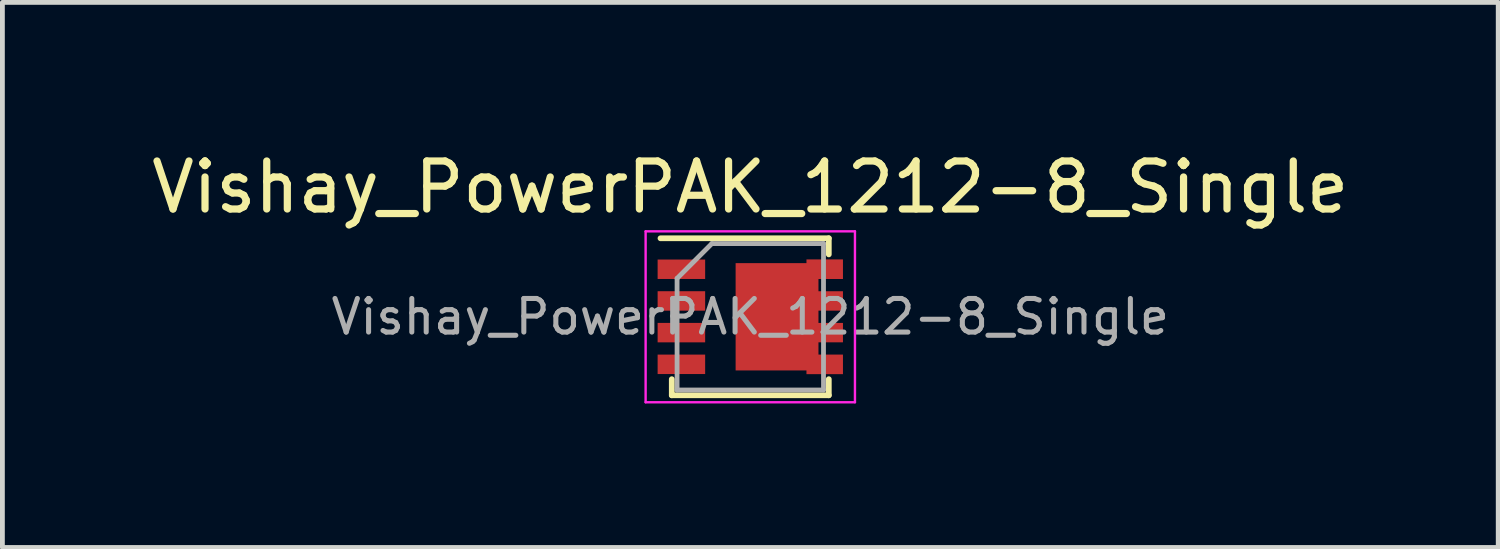
<source format=kicad_pcb>
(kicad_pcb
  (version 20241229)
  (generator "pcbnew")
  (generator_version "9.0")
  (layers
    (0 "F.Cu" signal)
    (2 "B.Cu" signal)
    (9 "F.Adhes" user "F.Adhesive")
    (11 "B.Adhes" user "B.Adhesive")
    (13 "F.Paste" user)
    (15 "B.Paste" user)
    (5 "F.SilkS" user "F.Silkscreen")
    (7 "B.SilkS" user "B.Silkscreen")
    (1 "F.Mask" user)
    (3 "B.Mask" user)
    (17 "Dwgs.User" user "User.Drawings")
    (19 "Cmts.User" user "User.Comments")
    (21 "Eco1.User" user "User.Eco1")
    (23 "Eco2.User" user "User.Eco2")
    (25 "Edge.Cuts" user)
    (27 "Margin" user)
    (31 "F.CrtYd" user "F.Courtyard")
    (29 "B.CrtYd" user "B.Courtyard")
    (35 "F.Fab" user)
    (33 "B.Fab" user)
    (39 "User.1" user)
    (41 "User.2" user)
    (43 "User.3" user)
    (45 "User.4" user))
  (footprint "Vishay_PowerPAK_1212-8_Single"
    (layer "F.Cu")
    (at 12.577 3.548)
    (property "Reference" "Vishay_PowerPAK_1212-8_Single" (at 0 -2.7 0) (layer "F.SilkS") (effects (font (size 1 1) (thickness 0.15))))
    (attr smd)
    (fp_line (start -1.87 -1.635) (end 1.635 -1.635) (stroke (width 0.12) (type solid)) (layer "F.SilkS"))
    (fp_line (start -1.635 1.3) (end -1.635 1.635) (stroke (width 0.12) (type solid)) (layer "F.SilkS"))
    (fp_line (start -1.635 1.635) (end 1.635 1.635) (stroke (width 0.12) (type solid)) (layer "F.SilkS"))
    (fp_line (start 1.635 -1.635) (end 1.635 -1.3) (stroke (width 0.12) (type solid)) (layer "F.SilkS"))
    (fp_line (start 1.635 1.3) (end 1.635 1.635) (stroke (width 0.12) (type solid)) (layer "F.SilkS"))
    (fp_line (start -2.18 -1.78) (end -2.18 1.78) (stroke (width 0.05) (type solid)) (layer "F.CrtYd"))
    (fp_line (start -2.18 -1.78) (end 2.18 -1.78) (stroke (width 0.05) (type solid)) (layer "F.CrtYd"))
    (fp_line (start -2.18 1.78) (end 2.18 1.78) (stroke (width 0.05) (type solid)) (layer "F.CrtYd"))
    (fp_line (start 2.18 -1.78) (end 2.18 1.78) (stroke (width 0.05) (type solid)) (layer "F.CrtYd"))
    (fp_line (start -1.525 -0.8) (end -1.525 1.525) (stroke (width 0.1) (type solid)) (layer "F.Fab"))
    (fp_line (start -1.525 -0.8) (end -0.8 -1.525) (stroke (width 0.1) (type solid)) (layer "F.Fab"))
    (fp_line (start -1.525 1.525) (end 1.525 1.525) (stroke (width 0.1) (type solid)) (layer "F.Fab"))
    (fp_line (start -0.8 -1.525) (end 1.525 -1.525) (stroke (width 0.1) (type solid)) (layer "F.Fab"))
    (fp_line (start 1.525 -1.525) (end 1.525 1.525) (stroke (width 0.1) (type solid)) (layer "F.Fab"))
    (fp_text user "${REFERENCE}" (at 0 0 0) (layer "F.Fab") (effects (font (size 0.7 0.7) (thickness 0.105))))
    (pad "D" smd custom (at 0.557 0) (size 1.725 2.235) (layers "F.Cu" "F.Mask" "F.Paste") (options (anchor rect)) (primitives (gr_poly (pts (xy 0.863 0.128) (xy 0.863 -0.128) (xy 1.373 -0.128) (xy 1.373 -0.532) (xy 0.863 -0.532) (xy 0.863 -0.787) (xy 1.373 -0.787) (xy 1.373 -1.195) (xy 0.613 -1.195) (xy 0.613 1.195) (xy 1.373 1.195) (xy 1.373 0.787) (xy 0.863 0.787) (xy 0.863 0.532) (xy 1.373 0.532) (xy 1.373 0.128)) (width 0) (fill yes))))
    (pad "G" smd rect (at -1.435 0.99) (size 0.99 0.405) (layers "F.Cu" "F.Mask" "F.Paste"))
    (pad "S" smd rect (at -1.435 -0.99) (size 0.99 0.405) (layers "F.Cu" "F.Mask" "F.Paste"))
    (pad "S" smd rect (at -1.435 -0.33) (size 0.99 0.405) (layers "F.Cu" "F.Mask" "F.Paste"))
    (pad "S" smd rect (at -1.435 0.33) (size 0.99 0.405) (layers "F.Cu" "F.Mask" "F.Paste")))
  (gr_rect
    (start -3 -3)
    (end 28.155 8.353)
    (stroke (width 0.1) (type default))
    (fill no)
    (layer "Edge.Cuts")))
</source>
